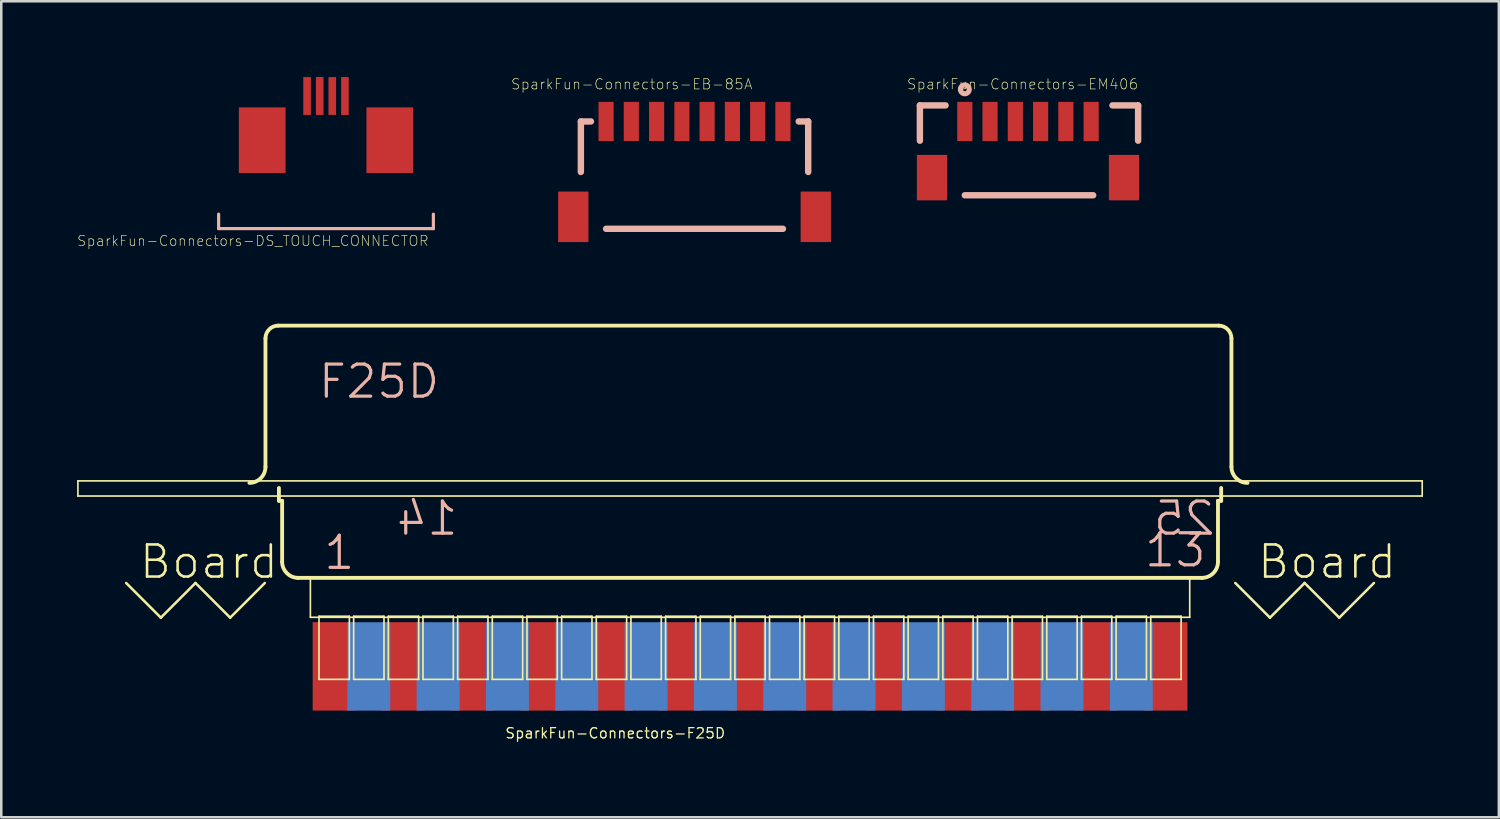
<source format=kicad_pcb>
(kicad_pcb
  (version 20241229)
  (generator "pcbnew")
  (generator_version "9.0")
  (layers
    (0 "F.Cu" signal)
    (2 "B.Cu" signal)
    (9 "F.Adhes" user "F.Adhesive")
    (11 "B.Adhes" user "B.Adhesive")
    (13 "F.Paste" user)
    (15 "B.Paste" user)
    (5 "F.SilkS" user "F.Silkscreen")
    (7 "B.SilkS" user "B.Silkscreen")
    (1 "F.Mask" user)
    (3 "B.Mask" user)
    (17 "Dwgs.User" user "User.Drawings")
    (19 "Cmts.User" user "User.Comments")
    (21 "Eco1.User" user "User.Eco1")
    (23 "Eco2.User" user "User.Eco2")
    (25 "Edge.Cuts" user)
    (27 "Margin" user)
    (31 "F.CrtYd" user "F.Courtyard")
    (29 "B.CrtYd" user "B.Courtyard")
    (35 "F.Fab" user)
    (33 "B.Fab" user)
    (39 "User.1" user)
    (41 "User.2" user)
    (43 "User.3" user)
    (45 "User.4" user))
  (footprint "SparkFun-Connectors-F25D"
    (layer "F.Cu")
    (at 26.632 17.278)
    (property "Reference" "SparkFun-Connectors-F25D" (at -5.334 8.687 0) (layer "F.SilkS") (effects (font (size 0.406 0.406) (thickness 0.051))))
    (attr smd)
    (fp_line (start -26.599 -1.298) (end 26.599 -1.298) (stroke (width 0.066) (type solid)) (layer "F.SilkS"))
    (fp_line (start -26.599 -0.699) (end -26.599 -1.298) (stroke (width 0.066) (type solid)) (layer "F.SilkS"))
    (fp_line (start -26.599 -0.699) (end 26.599 -0.699) (stroke (width 0.066) (type solid)) (layer "F.SilkS"))
    (fp_line (start -24.689 2.743) (end -23.317 4.115) (stroke (width 0.1) (type solid)) (layer "F.SilkS"))
    (fp_line (start -23.317 4.115) (end -21.946 2.743) (stroke (width 0.1) (type solid)) (layer "F.SilkS"))
    (fp_line (start -21.946 2.743) (end -20.574 4.115) (stroke (width 0.1) (type solid)) (layer "F.SilkS"))
    (fp_line (start -20.574 4.115) (end -19.202 2.743) (stroke (width 0.1) (type solid)) (layer "F.SilkS"))
    (fp_line (start -19.177 -1.854) (end -19.177 -6.934) (stroke (width 0.152) (type solid)) (layer "F.SilkS"))
    (fp_line (start -18.669 -7.442) (end 18.542 -7.442) (stroke (width 0.152) (type solid)) (layer "F.SilkS"))
    (fp_line (start -18.644 -0.508) (end -18.644 -1.016) (stroke (width 0.152) (type solid)) (layer "F.SilkS"))
    (fp_line (start -18.644 -0.508) (end -18.517 -0.508) (stroke (width 0.152) (type solid)) (layer "F.SilkS"))
    (fp_line (start -18.517 1.905) (end -18.517 -0.508) (stroke (width 0.152) (type solid)) (layer "F.SilkS"))
    (fp_line (start -17.899 2.54) (end 17.899 2.54) (stroke (width 0.152) (type solid)) (layer "F.SilkS"))
    (fp_line (start -17.399 2.499) (end 17.399 2.499) (stroke (width 0.066) (type solid)) (layer "F.SilkS"))
    (fp_line (start -17.399 4.1) (end -17.399 2.499) (stroke (width 0.066) (type solid)) (layer "F.SilkS"))
    (fp_line (start -17.399 4.1) (end 17.399 4.1) (stroke (width 0.066) (type solid)) (layer "F.SilkS"))
    (fp_line (start -17.059 4.059) (end -15.857 4.059) (stroke (width 0.066) (type solid)) (layer "F.SilkS"))
    (fp_line (start -17.059 6.558) (end -17.059 4.059) (stroke (width 0.066) (type solid)) (layer "F.SilkS"))
    (fp_line (start -17.059 6.558) (end -15.857 6.558) (stroke (width 0.066) (type solid)) (layer "F.SilkS"))
    (fp_line (start -15.857 6.558) (end -15.857 4.059) (stroke (width 0.066) (type solid)) (layer "F.SilkS"))
    (fp_line (start -15.687 4.059) (end -14.486 4.059) (stroke (width 0.066) (type solid)) (layer "F.SilkS"))
    (fp_line (start -15.687 6.558) (end -15.687 4.059) (stroke (width 0.066) (type solid)) (layer "F.SilkS"))
    (fp_line (start -15.687 6.558) (end -14.486 6.558) (stroke (width 0.066) (type solid)) (layer "F.SilkS"))
    (fp_line (start -14.486 6.558) (end -14.486 4.059) (stroke (width 0.066) (type solid)) (layer "F.SilkS"))
    (fp_line (start -14.315 4.059) (end -13.114 4.059) (stroke (width 0.066) (type solid)) (layer "F.SilkS"))
    (fp_line (start -14.315 6.558) (end -14.315 4.059) (stroke (width 0.066) (type solid)) (layer "F.SilkS"))
    (fp_line (start -14.315 6.558) (end -13.114 6.558) (stroke (width 0.066) (type solid)) (layer "F.SilkS"))
    (fp_line (start -13.114 6.558) (end -13.114 4.059) (stroke (width 0.066) (type solid)) (layer "F.SilkS"))
    (fp_line (start -12.944 4.059) (end -11.742 4.059) (stroke (width 0.066) (type solid)) (layer "F.SilkS"))
    (fp_line (start -12.944 6.558) (end -12.944 4.059) (stroke (width 0.066) (type solid)) (layer "F.SilkS"))
    (fp_line (start -12.944 6.558) (end -11.742 6.558) (stroke (width 0.066) (type solid)) (layer "F.SilkS"))
    (fp_line (start -11.742 6.558) (end -11.742 4.059) (stroke (width 0.066) (type solid)) (layer "F.SilkS"))
    (fp_line (start -11.572 4.059) (end -10.371 4.059) (stroke (width 0.066) (type solid)) (layer "F.SilkS"))
    (fp_line (start -11.572 6.558) (end -11.572 4.059) (stroke (width 0.066) (type solid)) (layer "F.SilkS"))
    (fp_line (start -11.572 6.558) (end -10.371 6.558) (stroke (width 0.066) (type solid)) (layer "F.SilkS"))
    (fp_line (start -10.371 6.558) (end -10.371 4.059) (stroke (width 0.066) (type solid)) (layer "F.SilkS"))
    (fp_line (start -10.201 4.059) (end -8.999 4.059) (stroke (width 0.066) (type solid)) (layer "F.SilkS"))
    (fp_line (start -10.201 6.558) (end -10.201 4.059) (stroke (width 0.066) (type solid)) (layer "F.SilkS"))
    (fp_line (start -10.201 6.558) (end -8.999 6.558) (stroke (width 0.066) (type solid)) (layer "F.SilkS"))
    (fp_line (start -8.999 6.558) (end -8.999 4.059) (stroke (width 0.066) (type solid)) (layer "F.SilkS"))
    (fp_line (start -8.829 4.059) (end -7.628 4.059) (stroke (width 0.066) (type solid)) (layer "F.SilkS"))
    (fp_line (start -8.829 6.558) (end -8.829 4.059) (stroke (width 0.066) (type solid)) (layer "F.SilkS"))
    (fp_line (start -8.829 6.558) (end -7.628 6.558) (stroke (width 0.066) (type solid)) (layer "F.SilkS"))
    (fp_line (start -7.628 6.558) (end -7.628 4.059) (stroke (width 0.066) (type solid)) (layer "F.SilkS"))
    (fp_line (start -7.457 4.059) (end -6.256 4.059) (stroke (width 0.066) (type solid)) (layer "F.SilkS"))
    (fp_line (start -7.457 6.558) (end -7.457 4.059) (stroke (width 0.066) (type solid)) (layer "F.SilkS"))
    (fp_line (start -7.457 6.558) (end -6.256 6.558) (stroke (width 0.066) (type solid)) (layer "F.SilkS"))
    (fp_line (start -6.256 6.558) (end -6.256 4.059) (stroke (width 0.066) (type solid)) (layer "F.SilkS"))
    (fp_line (start -6.086 4.059) (end -4.884 4.059) (stroke (width 0.066) (type solid)) (layer "F.SilkS"))
    (fp_line (start -6.086 6.558) (end -6.086 4.059) (stroke (width 0.066) (type solid)) (layer "F.SilkS"))
    (fp_line (start -6.086 6.558) (end -4.884 6.558) (stroke (width 0.066) (type solid)) (layer "F.SilkS"))
    (fp_line (start -4.884 6.558) (end -4.884 4.059) (stroke (width 0.066) (type solid)) (layer "F.SilkS"))
    (fp_line (start -4.714 4.059) (end -3.513 4.059) (stroke (width 0.066) (type solid)) (layer "F.SilkS"))
    (fp_line (start -4.714 6.558) (end -4.714 4.059) (stroke (width 0.066) (type solid)) (layer "F.SilkS"))
    (fp_line (start -4.714 6.558) (end -3.513 6.558) (stroke (width 0.066) (type solid)) (layer "F.SilkS"))
    (fp_line (start -3.513 6.558) (end -3.513 4.059) (stroke (width 0.066) (type solid)) (layer "F.SilkS"))
    (fp_line (start -3.343 4.059) (end -2.141 4.059) (stroke (width 0.066) (type solid)) (layer "F.SilkS"))
    (fp_line (start -3.343 6.558) (end -3.343 4.059) (stroke (width 0.066) (type solid)) (layer "F.SilkS"))
    (fp_line (start -3.343 6.558) (end -2.141 6.558) (stroke (width 0.066) (type solid)) (layer "F.SilkS"))
    (fp_line (start -2.141 6.558) (end -2.141 4.059) (stroke (width 0.066) (type solid)) (layer "F.SilkS"))
    (fp_line (start -1.971 4.059) (end -0.77 4.059) (stroke (width 0.066) (type solid)) (layer "F.SilkS"))
    (fp_line (start -1.971 6.558) (end -1.971 4.059) (stroke (width 0.066) (type solid)) (layer "F.SilkS"))
    (fp_line (start -1.971 6.558) (end -0.77 6.558) (stroke (width 0.066) (type solid)) (layer "F.SilkS"))
    (fp_line (start -0.77 6.558) (end -0.77 4.059) (stroke (width 0.066) (type solid)) (layer "F.SilkS"))
    (fp_line (start -0.599 4.059) (end 0.599 4.059) (stroke (width 0.066) (type solid)) (layer "F.SilkS"))
    (fp_line (start -0.599 6.558) (end -0.599 4.059) (stroke (width 0.066) (type solid)) (layer "F.SilkS"))
    (fp_line (start -0.599 6.558) (end 0.599 6.558) (stroke (width 0.066) (type solid)) (layer "F.SilkS"))
    (fp_line (start 0.599 6.558) (end 0.599 4.059) (stroke (width 0.066) (type solid)) (layer "F.SilkS"))
    (fp_line (start 0.77 4.059) (end 1.971 4.059) (stroke (width 0.066) (type solid)) (layer "F.SilkS"))
    (fp_line (start 0.77 6.558) (end 0.77 4.059) (stroke (width 0.066) (type solid)) (layer "F.SilkS"))
    (fp_line (start 0.77 6.558) (end 1.971 6.558) (stroke (width 0.066) (type solid)) (layer "F.SilkS"))
    (fp_line (start 1.971 6.558) (end 1.971 4.059) (stroke (width 0.066) (type solid)) (layer "F.SilkS"))
    (fp_line (start 2.141 4.059) (end 3.343 4.059) (stroke (width 0.066) (type solid)) (layer "F.SilkS"))
    (fp_line (start 2.141 6.558) (end 2.141 4.059) (stroke (width 0.066) (type solid)) (layer "F.SilkS"))
    (fp_line (start 2.141 6.558) (end 3.343 6.558) (stroke (width 0.066) (type solid)) (layer "F.SilkS"))
    (fp_line (start 3.343 6.558) (end 3.343 4.059) (stroke (width 0.066) (type solid)) (layer "F.SilkS"))
    (fp_line (start 3.513 4.059) (end 4.714 4.059) (stroke (width 0.066) (type solid)) (layer "F.SilkS"))
    (fp_line (start 3.513 6.558) (end 3.513 4.059) (stroke (width 0.066) (type solid)) (layer "F.SilkS"))
    (fp_line (start 3.513 6.558) (end 4.714 6.558) (stroke (width 0.066) (type solid)) (layer "F.SilkS"))
    (fp_line (start 4.714 6.558) (end 4.714 4.059) (stroke (width 0.066) (type solid)) (layer "F.SilkS"))
    (fp_line (start 4.884 4.059) (end 6.086 4.059) (stroke (width 0.066) (type solid)) (layer "F.SilkS"))
    (fp_line (start 4.884 6.558) (end 4.884 4.059) (stroke (width 0.066) (type solid)) (layer "F.SilkS"))
    (fp_line (start 4.884 6.558) (end 6.086 6.558) (stroke (width 0.066) (type solid)) (layer "F.SilkS"))
    (fp_line (start 6.086 6.558) (end 6.086 4.059) (stroke (width 0.066) (type solid)) (layer "F.SilkS"))
    (fp_line (start 6.256 4.059) (end 7.457 4.059) (stroke (width 0.066) (type solid)) (layer "F.SilkS"))
    (fp_line (start 6.256 6.558) (end 6.256 4.059) (stroke (width 0.066) (type solid)) (layer "F.SilkS"))
    (fp_line (start 6.256 6.558) (end 7.457 6.558) (stroke (width 0.066) (type solid)) (layer "F.SilkS"))
    (fp_line (start 7.457 6.558) (end 7.457 4.059) (stroke (width 0.066) (type solid)) (layer "F.SilkS"))
    (fp_line (start 7.628 4.059) (end 8.829 4.059) (stroke (width 0.066) (type solid)) (layer "F.SilkS"))
    (fp_line (start 7.628 6.558) (end 7.628 4.059) (stroke (width 0.066) (type solid)) (layer "F.SilkS"))
    (fp_line (start 7.628 6.558) (end 8.829 6.558) (stroke (width 0.066) (type solid)) (layer "F.SilkS"))
    (fp_line (start 8.829 6.558) (end 8.829 4.059) (stroke (width 0.066) (type solid)) (layer "F.SilkS"))
    (fp_line (start 8.999 4.059) (end 10.201 4.059) (stroke (width 0.066) (type solid)) (layer "F.SilkS"))
    (fp_line (start 8.999 6.558) (end 8.999 4.059) (stroke (width 0.066) (type solid)) (layer "F.SilkS"))
    (fp_line (start 8.999 6.558) (end 10.201 6.558) (stroke (width 0.066) (type solid)) (layer "F.SilkS"))
    (fp_line (start 10.201 6.558) (end 10.201 4.059) (stroke (width 0.066) (type solid)) (layer "F.SilkS"))
    (fp_line (start 10.371 4.059) (end 11.572 4.059) (stroke (width 0.066) (type solid)) (layer "F.SilkS"))
    (fp_line (start 10.371 6.558) (end 10.371 4.059) (stroke (width 0.066) (type solid)) (layer "F.SilkS"))
    (fp_line (start 10.371 6.558) (end 11.572 6.558) (stroke (width 0.066) (type solid)) (layer "F.SilkS"))
    (fp_line (start 11.572 6.558) (end 11.572 4.059) (stroke (width 0.066) (type solid)) (layer "F.SilkS"))
    (fp_line (start 11.742 4.059) (end 12.944 4.059) (stroke (width 0.066) (type solid)) (layer "F.SilkS"))
    (fp_line (start 11.742 6.558) (end 11.742 4.059) (stroke (width 0.066) (type solid)) (layer "F.SilkS"))
    (fp_line (start 11.742 6.558) (end 12.944 6.558) (stroke (width 0.066) (type solid)) (layer "F.SilkS"))
    (fp_line (start 12.944 6.558) (end 12.944 4.059) (stroke (width 0.066) (type solid)) (layer "F.SilkS"))
    (fp_line (start 13.114 4.059) (end 14.315 4.059) (stroke (width 0.066) (type solid)) (layer "F.SilkS"))
    (fp_line (start 13.114 6.558) (end 13.114 4.059) (stroke (width 0.066) (type solid)) (layer "F.SilkS"))
    (fp_line (start 13.114 6.558) (end 14.315 6.558) (stroke (width 0.066) (type solid)) (layer "F.SilkS"))
    (fp_line (start 14.315 6.558) (end 14.315 4.059) (stroke (width 0.066) (type solid)) (layer "F.SilkS"))
    (fp_line (start 14.486 4.059) (end 15.687 4.059) (stroke (width 0.066) (type solid)) (layer "F.SilkS"))
    (fp_line (start 14.486 6.558) (end 14.486 4.059) (stroke (width 0.066) (type solid)) (layer "F.SilkS"))
    (fp_line (start 14.486 6.558) (end 15.687 6.558) (stroke (width 0.066) (type solid)) (layer "F.SilkS"))
    (fp_line (start 15.687 6.558) (end 15.687 4.059) (stroke (width 0.066) (type solid)) (layer "F.SilkS"))
    (fp_line (start 15.857 4.059) (end 17.059 4.059) (stroke (width 0.066) (type solid)) (layer "F.SilkS"))
    (fp_line (start 15.857 6.558) (end 15.857 4.059) (stroke (width 0.066) (type solid)) (layer "F.SilkS"))
    (fp_line (start 15.857 6.558) (end 17.059 6.558) (stroke (width 0.066) (type solid)) (layer "F.SilkS"))
    (fp_line (start 17.059 6.558) (end 17.059 4.059) (stroke (width 0.066) (type solid)) (layer "F.SilkS"))
    (fp_line (start 17.399 4.1) (end 17.399 2.499) (stroke (width 0.066) (type solid)) (layer "F.SilkS"))
    (fp_line (start 18.517 -0.508) (end 18.644 -0.508) (stroke (width 0.152) (type solid)) (layer "F.SilkS"))
    (fp_line (start 18.517 1.905) (end 18.517 -0.508) (stroke (width 0.152) (type solid)) (layer "F.SilkS"))
    (fp_line (start 18.644 -0.508) (end 18.644 -1.016) (stroke (width 0.152) (type solid)) (layer "F.SilkS"))
    (fp_line (start 19.05 -1.854) (end 19.05 -6.934) (stroke (width 0.152) (type solid)) (layer "F.SilkS"))
    (fp_line (start 19.202 2.743) (end 20.574 4.115) (stroke (width 0.1) (type solid)) (layer "F.SilkS"))
    (fp_line (start 20.574 4.115) (end 21.946 2.743) (stroke (width 0.1) (type solid)) (layer "F.SilkS"))
    (fp_line (start 21.946 2.743) (end 23.317 4.115) (stroke (width 0.1) (type solid)) (layer "F.SilkS"))
    (fp_line (start 23.317 4.115) (end 24.689 2.743) (stroke (width 0.1) (type solid)) (layer "F.SilkS"))
    (fp_line (start 26.599 -0.699) (end 26.599 -1.298) (stroke (width 0.066) (type solid)) (layer "F.SilkS"))
    (fp_arc (start -19.177 -6.9342) (mid -19.02821 -7.29341) (end -18.669 -7.4422) (stroke (width 0.1524) (type solid)) (layer "F.SilkS"))
    (fp_arc (start -19.177 -1.8542) (mid -19.362987 -1.405187) (end -19.812 -1.2192) (stroke (width 0.1524) (type solid)) (layer "F.SilkS"))
    (fp_arc (start -17.8816 2.54) (mid -18.330613 2.354013) (end -18.5166 1.905) (stroke (width 0.1524) (type solid)) (layer "F.SilkS"))
    (fp_arc (start 18.5166 1.905) (mid 18.330613 2.354013) (end 17.8816 2.54) (stroke (width 0.1524) (type solid)) (layer "F.SilkS"))
    (fp_arc (start 18.542 -7.4422) (mid 18.90121 -7.29341) (end 19.05 -6.9342) (stroke (width 0.1524) (type solid)) (layer "F.SilkS"))
    (fp_arc (start 19.685 -1.2192) (mid 19.235987 -1.405187) (end 19.05 -1.8542) (stroke (width 0.1524) (type solid)) (layer "F.SilkS"))
    (fp_text user "Board" (at 22.835 1.905 0) (layer "F.SilkS") (effects (font (size 1.27 1.27) (thickness 0.102))))
    (fp_text user "Board " (at -20.93 1.905 0) (layer "F.SilkS") (effects (font (size 1.27 1.27) (thickness 0.102))))
    (fp_text user "25" (at 17.183 0.188 0) (layer "B.SilkS") (effects (font (size 1.27 1.27) (thickness 0.127)) (justify mirror)))
    (fp_text user "13" (at 16.828 1.443 0) (layer "B.SilkS") (effects (font (size 1.27 1.27) (thickness 0.127))))
    (fp_text user "14" (at -12.779 0.188 0) (layer "B.SilkS") (effects (font (size 1.27 1.27) (thickness 0.127)) (justify mirror)))
    (fp_text user "F25D" (at -14.681 -5.232 0) (layer "B.SilkS") (effects (font (size 1.27 1.27) (thickness 0.127))))
    (fp_text user "1" (at -16.256 1.542 0) (layer "B.SilkS") (effects (font (size 1.27 1.27) (thickness 0.127))))
    (pad "1" smd rect (at -16.459 6.043) (size 1.699 3.498) (layers "F.Cu" "F.Mask" "F.Paste"))
    (pad "2" smd rect (at -13.716 6.043) (size 1.699 3.498) (layers "F.Cu" "F.Mask" "F.Paste"))
    (pad "3" smd rect (at -10.97 6.043) (size 1.699 3.498) (layers "F.Cu" "F.Mask" "F.Paste"))
    (pad "4" smd rect (at -8.23 6.043) (size 1.699 3.498) (layers "F.Cu" "F.Mask" "F.Paste"))
    (pad "5" smd rect (at -5.484 6.043) (size 1.699 3.498) (layers "F.Cu" "F.Mask" "F.Paste"))
    (pad "6" smd rect (at -2.743 6.043) (size 1.699 3.498) (layers "F.Cu" "F.Mask" "F.Paste"))
    (pad "7" smd rect (at 0 6.043) (size 1.699 3.498) (layers "F.Cu" "F.Mask" "F.Paste"))
    (pad "8" smd rect (at 2.743 6.043) (size 1.699 3.498) (layers "F.Cu" "F.Mask" "F.Paste"))
    (pad "9" smd rect (at 5.484 6.043) (size 1.699 3.498) (layers "F.Cu" "F.Mask" "F.Paste"))
    (pad "10" smd rect (at 8.23 6.043) (size 1.699 3.498) (layers "F.Cu" "F.Mask" "F.Paste"))
    (pad "11" smd rect (at 10.97 6.043) (size 1.699 3.498) (layers "F.Cu" "F.Mask" "F.Paste"))
    (pad "12" smd rect (at 13.716 6.043) (size 1.699 3.498) (layers "F.Cu" "F.Mask" "F.Paste"))
    (pad "13" smd rect (at 16.459 6.043) (size 1.699 3.498) (layers "F.Cu" "F.Mask" "F.Paste"))
    (pad "14" smd rect (at -15.088 6.045) (size 1.699 3.498) (layers "B.Cu" "B.Mask"))
    (pad "15" smd rect (at -12.344 6.045) (size 1.699 3.498) (layers "B.Cu" "B.Mask"))
    (pad "16" smd rect (at -9.601 6.045) (size 1.699 3.498) (layers "B.Cu" "B.Mask"))
    (pad "17" smd rect (at -6.858 6.045) (size 1.699 3.498) (layers "B.Cu" "B.Mask"))
    (pad "18" smd rect (at -4.115 6.045) (size 1.699 3.498) (layers "B.Cu" "B.Mask"))
    (pad "19" smd rect (at -1.372 6.045) (size 1.699 3.498) (layers "B.Cu" "B.Mask"))
    (pad "20" smd rect (at 1.372 6.045) (size 1.699 3.498) (layers "B.Cu" "B.Mask"))
    (pad "21" smd rect (at 4.115 6.045) (size 1.699 3.498) (layers "B.Cu" "B.Mask"))
    (pad "22" smd rect (at 6.858 6.045) (size 1.699 3.498) (layers "B.Cu" "B.Mask"))
    (pad "23" smd rect (at 9.601 6.045) (size 1.699 3.498) (layers "B.Cu" "B.Mask"))
    (pad "24" smd rect (at 12.344 6.045) (size 1.699 3.498) (layers "B.Cu" "B.Mask"))
    (pad "25" smd rect (at 15.088 6.045) (size 1.699 3.498) (layers "B.Cu" "B.Mask")))
  (footprint "SparkFun-Connectors-EM406"
    (layer "F.Cu")
    (at 35.131 1.756)
    (property "Reference" "SparkFun-Connectors-EM406" (at 2.286 -1.473 0) (layer "F.SilkS") (effects (font (size 0.406 0.406) (thickness 0.025))))
    (attr smd)
    (fp_line (start -1.778 -0.635) (end -0.762 -0.635) (stroke (width 0.254) (type solid)) (layer "B.SilkS"))
    (fp_line (start -1.778 0.762) (end -1.778 -0.635) (stroke (width 0.254) (type solid)) (layer "B.SilkS"))
    (fp_line (start 0 2.921) (end 5.08 2.921) (stroke (width 0.254) (type solid)) (layer "B.SilkS"))
    (fp_line (start 5.842 -0.635) (end 6.858 -0.635) (stroke (width 0.254) (type solid)) (layer "B.SilkS"))
    (fp_line (start 6.858 -0.635) (end 6.858 0.762) (stroke (width 0.254) (type solid)) (layer "B.SilkS"))
    (fp_circle (center 0 -1.27) (end -0.051 -1.321) (stroke (width 0.203) (type solid)) (fill no) (layer "B.SilkS"))
    (pad "1" smd rect (at 0 0) (size 0.599 1.549) (layers "F.Cu" "F.Mask" "F.Paste"))
    (pad "2" smd rect (at 0.998 0) (size 0.599 1.549) (layers "F.Cu" "F.Mask" "F.Paste"))
    (pad "3" smd rect (at 1.999 0) (size 0.599 1.549) (layers "F.Cu" "F.Mask" "F.Paste"))
    (pad "4" smd rect (at 3 0) (size 0.599 1.549) (layers "F.Cu" "F.Mask" "F.Paste"))
    (pad "5" smd rect (at 3.998 0) (size 0.599 1.549) (layers "F.Cu" "F.Mask" "F.Paste"))
    (pad "6" smd rect (at 4.999 0) (size 0.599 1.549) (layers "F.Cu" "F.Mask" "F.Paste"))
    (pad "P$1" smd rect (at -1.298 2.223) (size 1.199 1.798) (layers "F.Cu" "F.Mask" "F.Paste"))
    (pad "P$2" smd rect (at 6.299 2.223) (size 1.199 1.798) (layers "F.Cu" "F.Mask" "F.Paste")))
  (footprint "SparkFun-Connectors-EB-85A"
    (layer "F.Cu")
    (at 20.935 1.756)
    (property "Reference" "SparkFun-Connectors-EB-85A" (at 1.016 -1.473 0) (layer "F.SilkS") (effects (font (size 0.406 0.406) (thickness 0.025))))
    (attr smd)
    (fp_line (start -0.998 0) (end -0.599 0) (stroke (width 0.254) (type solid)) (layer "B.SilkS"))
    (fp_line (start -0.998 1.999) (end -0.998 0) (stroke (width 0.254) (type solid)) (layer "B.SilkS"))
    (fp_line (start 0 4.249) (end 6.998 4.249) (stroke (width 0.254) (type solid)) (layer "B.SilkS"))
    (fp_line (start 7.623 0) (end 7.998 0) (stroke (width 0.254) (type solid)) (layer "B.SilkS"))
    (fp_line (start 7.998 0) (end 7.998 1.999) (stroke (width 0.254) (type solid)) (layer "B.SilkS"))
    (pad "1" smd rect (at 0 0) (size 0.599 1.549) (layers "F.Cu" "F.Mask" "F.Paste"))
    (pad "2" smd rect (at 0.998 0) (size 0.599 1.549) (layers "F.Cu" "F.Mask" "F.Paste"))
    (pad "3" smd rect (at 1.999 0) (size 0.599 1.549) (layers "F.Cu" "F.Mask" "F.Paste"))
    (pad "4" smd rect (at 3 0) (size 0.599 1.549) (layers "F.Cu" "F.Mask" "F.Paste"))
    (pad "5" smd rect (at 3.998 0) (size 0.599 1.549) (layers "F.Cu" "F.Mask" "F.Paste"))
    (pad "6" smd rect (at 4.999 0) (size 0.599 1.549) (layers "F.Cu" "F.Mask" "F.Paste"))
    (pad "7" smd rect (at 5.999 0) (size 0.599 1.549) (layers "F.Cu" "F.Mask" "F.Paste"))
    (pad "8" smd rect (at 6.998 0) (size 0.599 1.549) (layers "F.Cu" "F.Mask" "F.Paste"))
    (pad "P$1" smd rect (at -1.298 3.774) (size 1.199 1.999) (layers "F.Cu" "F.Mask" "F.Paste"))
    (pad "P$2" smd rect (at 8.298 3.774) (size 1.199 1.999) (layers "F.Cu" "F.Mask" "F.Paste")))
  (footprint "SparkFun-Connectors-DS_TOUCH_CONNECTOR"
    (layer "F.Cu")
    (at 9.851 3.198)
    (property "Reference" "SparkFun-Connectors-DS_TOUCH_CONNECTOR" (at -2.893 3.284 0) (layer "F.SilkS") (effects (font (size 0.399 0.399) (thickness 0.025))))
    (attr smd)
    (fp_line (start -4.249 2.228) (end -4.249 2.799) (stroke (width 0.127) (type solid)) (layer "B.SilkS"))
    (fp_line (start -4.249 2.799) (end 4.249 2.799) (stroke (width 0.127) (type solid)) (layer "B.SilkS"))
    (fp_line (start 4.249 2.228) (end 4.249 2.799) (stroke (width 0.127) (type solid)) (layer "B.SilkS"))
    (pad "1" smd rect (at 0.749 -2.449 90) (size 1.499 0.3) (layers "F.Cu" "F.Mask" "F.Paste"))
    (pad "2" smd rect (at 0.249 -2.449 90) (size 1.499 0.3) (layers "F.Cu" "F.Mask" "F.Paste"))
    (pad "3" smd rect (at -0.249 -2.449 90) (size 1.499 0.3) (layers "F.Cu" "F.Mask" "F.Paste"))
    (pad "4" smd rect (at -0.749 -2.449 90) (size 1.499 0.3) (layers "F.Cu" "F.Mask" "F.Paste"))
    (pad "P$5" smd rect (at -2.525 -0.699) (size 1.849 2.598) (layers "F.Cu" "F.Mask" "F.Paste"))
    (pad "P$6" smd rect (at 2.525 -0.699) (size 1.849 2.598) (layers "F.Cu" "F.Mask" "F.Paste")))
  (gr_rect
    (start -3 -3)
    (end 56.264 29.292)
    (stroke (width 0.1) (type default))
    (fill no)
    (layer "Edge.Cuts")))
</source>
